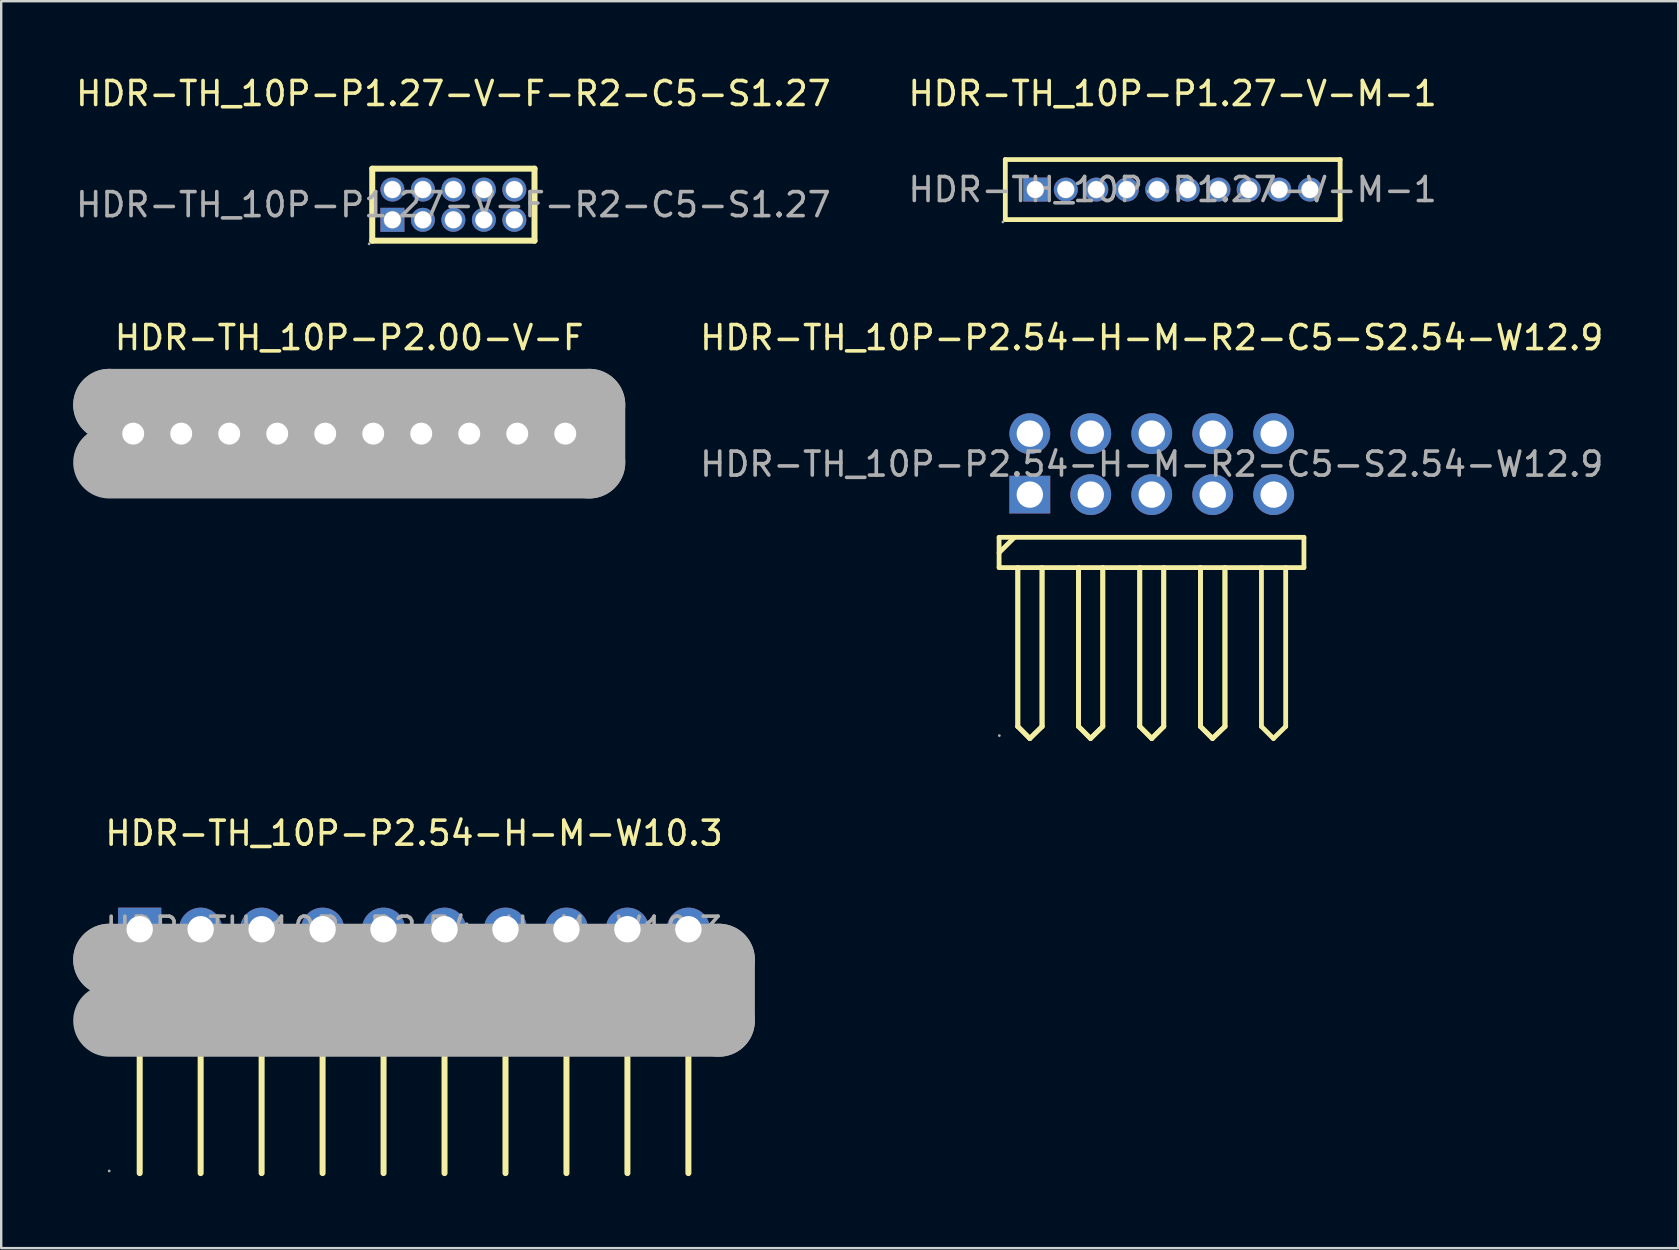
<source format=kicad_pcb>
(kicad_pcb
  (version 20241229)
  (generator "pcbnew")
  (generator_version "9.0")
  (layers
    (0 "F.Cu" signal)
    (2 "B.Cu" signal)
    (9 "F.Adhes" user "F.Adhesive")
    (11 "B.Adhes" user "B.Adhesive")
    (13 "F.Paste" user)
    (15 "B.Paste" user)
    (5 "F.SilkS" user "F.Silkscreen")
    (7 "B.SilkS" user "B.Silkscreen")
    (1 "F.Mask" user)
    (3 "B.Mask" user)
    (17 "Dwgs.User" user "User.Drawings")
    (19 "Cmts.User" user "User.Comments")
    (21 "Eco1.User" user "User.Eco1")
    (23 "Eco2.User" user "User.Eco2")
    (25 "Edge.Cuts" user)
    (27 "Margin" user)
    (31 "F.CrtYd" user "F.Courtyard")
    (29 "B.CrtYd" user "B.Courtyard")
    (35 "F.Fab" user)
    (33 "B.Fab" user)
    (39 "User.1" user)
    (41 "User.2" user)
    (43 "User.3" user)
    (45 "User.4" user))
  (footprint "HDR-TH_10P-P1.27-V-F-R2-C5-S1.27"
    (layer "F.Cu")
    (at 15.839 5.478)
    (property "Reference" "HDR-TH_10P-P1.27-V-F-R2-C5-S1.27" (at 0 -4.63 0) (layer "F.SilkS") (effects (font (size 1 1) (thickness 0.15))))
    (attr through_hole)
    (fp_line (start -3.38 -1.5) (end -3.38 1.5) (stroke (width 0.25) (type solid)) (layer "F.SilkS"))
    (fp_line (start -3.38 -1.5) (end 3.38 -1.5) (stroke (width 0.25) (type solid)) (layer "F.SilkS"))
    (fp_line (start -3.38 1.5) (end 3.38 1.5) (stroke (width 0.25) (type solid)) (layer "F.SilkS"))
    (fp_line (start 3.38 -1.5) (end 3.38 1.5) (stroke (width 0.25) (type solid)) (layer "F.SilkS"))
    (fp_circle (center -3.51 1.63) (end -3.48 1.63) (stroke (width 0.06) (type solid)) (fill no) (layer "F.Fab"))
    (fp_circle (center -2.54 -0.63) (end -2.42 -0.63) (stroke (width 0.25) (type solid)) (fill no) (layer "F.Fab"))
    (fp_circle (center -2.54 0.63) (end -2.42 0.63) (stroke (width 0.25) (type solid)) (fill no) (layer "F.Fab"))
    (fp_circle (center -1.27 -0.63) (end -1.15 -0.63) (stroke (width 0.25) (type solid)) (fill no) (layer "F.Fab"))
    (fp_circle (center -1.27 0.63) (end -1.15 0.63) (stroke (width 0.25) (type solid)) (fill no) (layer "F.Fab"))
    (fp_circle (center 0 -0.63) (end 0.12 -0.63) (stroke (width 0.25) (type solid)) (fill no) (layer "F.Fab"))
    (fp_circle (center 0 0.63) (end 0.12 0.63) (stroke (width 0.25) (type solid)) (fill no) (layer "F.Fab"))
    (fp_circle (center 1.27 -0.63) (end 1.39 -0.63) (stroke (width 0.25) (type solid)) (fill no) (layer "F.Fab"))
    (fp_circle (center 1.27 0.63) (end 1.39 0.63) (stroke (width 0.25) (type solid)) (fill no) (layer "F.Fab"))
    (fp_circle (center 2.54 -0.63) (end 2.66 -0.63) (stroke (width 0.25) (type solid)) (fill no) (layer "F.Fab"))
    (fp_circle (center 2.54 0.63) (end 2.66 0.63) (stroke (width 0.25) (type solid)) (fill no) (layer "F.Fab"))
    (fp_text user "${REFERENCE}" (at 0 0 0) (layer "F.Fab") (effects (font (size 1 1) (thickness 0.15))))
    (pad "1" thru_hole rect (at -2.54 0.63) (size 1 1) (drill 0.7) (layers "*.Cu" "*.Paste" "*.Mask"))
    (pad "2" thru_hole circle (at -2.54 -0.63) (size 1 1) (drill 0.7) (layers "*.Cu" "*.Paste" "*.Mask"))
    (pad "3" thru_hole circle (at -1.27 0.63) (size 1 1) (drill 0.7) (layers "*.Cu" "*.Paste" "*.Mask"))
    (pad "4" thru_hole circle (at -1.27 -0.63) (size 1 1) (drill 0.7) (layers "*.Cu" "*.Paste" "*.Mask"))
    (pad "5" thru_hole circle (at 0 0.63) (size 1 1) (drill 0.7) (layers "*.Cu" "*.Paste" "*.Mask"))
    (pad "6" thru_hole circle (at 0 -0.63) (size 1 1) (drill 0.7) (layers "*.Cu" "*.Paste" "*.Mask"))
    (pad "7" thru_hole circle (at 1.27 0.63) (size 1 1) (drill 0.7) (layers "*.Cu" "*.Paste" "*.Mask"))
    (pad "8" thru_hole circle (at 1.27 -0.63) (size 1 1) (drill 0.7) (layers "*.Cu" "*.Paste" "*.Mask"))
    (pad "9" thru_hole circle (at 2.54 0.63) (size 1 1) (drill 0.7) (layers "*.Cu" "*.Paste" "*.Mask"))
    (pad "10" thru_hole circle (at 2.54 -0.63) (size 1 1) (drill 0.7) (layers "*.Cu" "*.Paste" "*.Mask")))
  (footprint "HDR-TH_10P-P1.27-V-M-1"
    (layer "F.Cu")
    (at 45.804 4.848)
    (property "Reference" "HDR-TH_10P-P1.27-V-M-1" (at 0 -4 0) (layer "F.SilkS") (effects (font (size 1 1) (thickness 0.15))))
    (attr through_hole)
    (fp_line (start -6.97 -1.25) (end -6.97 1.25) (stroke (width 0.2) (type solid)) (layer "F.SilkS"))
    (fp_line (start -6.96 1.25) (end 6.98 1.25) (stroke (width 0.2) (type solid)) (layer "F.SilkS"))
    (fp_line (start 6.98 -1.25) (end -6.97 -1.25) (stroke (width 0.2) (type solid)) (layer "F.SilkS"))
    (fp_line (start 6.98 1.25) (end 6.98 -1.25) (stroke (width 0.2) (type solid)) (layer "F.SilkS"))
    (fp_circle (center -7.07 1.35) (end -7.04 1.35) (stroke (width 0.06) (type solid)) (fill no) (layer "F.Fab"))
    (fp_circle (center -5.72 0) (end -5.6 0) (stroke (width 0.25) (type solid)) (fill no) (layer "F.Fab"))
    (fp_circle (center -4.45 0) (end -4.33 0) (stroke (width 0.25) (type solid)) (fill no) (layer "F.Fab"))
    (fp_circle (center -3.18 0) (end -3.06 0) (stroke (width 0.25) (type solid)) (fill no) (layer "F.Fab"))
    (fp_circle (center -1.91 0) (end -1.79 0) (stroke (width 0.25) (type solid)) (fill no) (layer "F.Fab"))
    (fp_circle (center -0.64 0) (end -0.52 0) (stroke (width 0.25) (type solid)) (fill no) (layer "F.Fab"))
    (fp_circle (center 0.63 0) (end 0.75 0) (stroke (width 0.25) (type solid)) (fill no) (layer "F.Fab"))
    (fp_circle (center 1.91 0) (end 2.03 0) (stroke (width 0.25) (type solid)) (fill no) (layer "F.Fab"))
    (fp_circle (center 3.17 0) (end 3.29 0) (stroke (width 0.25) (type solid)) (fill no) (layer "F.Fab"))
    (fp_circle (center 4.44 0) (end 4.56 0) (stroke (width 0.25) (type solid)) (fill no) (layer "F.Fab"))
    (fp_circle (center 5.72 0) (end 5.84 0) (stroke (width 0.25) (type solid)) (fill no) (layer "F.Fab"))
    (fp_text user "${REFERENCE}" (at 0 0 0) (layer "F.Fab") (effects (font (size 1 1) (thickness 0.15))))
    (pad "1" thru_hole rect (at -5.72 0) (size 1 1) (drill 0.7) (layers "*.Cu" "*.Paste" "*.Mask"))
    (pad "2" thru_hole circle (at -4.45 0) (size 1 1) (drill 0.7) (layers "*.Cu" "*.Paste" "*.Mask"))
    (pad "3" thru_hole circle (at -3.18 0) (size 1 1) (drill 0.7) (layers "*.Cu" "*.Paste" "*.Mask"))
    (pad "4" thru_hole circle (at -1.91 0) (size 1 1) (drill 0.7) (layers "*.Cu" "*.Paste" "*.Mask"))
    (pad "5" thru_hole circle (at -0.64 0) (size 1 1) (drill 0.7) (layers "*.Cu" "*.Paste" "*.Mask"))
    (pad "6" thru_hole circle (at 0.63 0) (size 1 1) (drill 0.7) (layers "*.Cu" "*.Paste" "*.Mask"))
    (pad "7" thru_hole circle (at 1.91 0) (size 1 1) (drill 0.7) (layers "*.Cu" "*.Paste" "*.Mask"))
    (pad "8" thru_hole circle (at 3.17 0) (size 1 1) (drill 0.7) (layers "*.Cu" "*.Paste" "*.Mask"))
    (pad "9" thru_hole circle (at 4.44 0) (size 1 1) (drill 0.7) (layers "*.Cu" "*.Paste" "*.Mask"))
    (pad "10" thru_hole circle (at 5.72 0) (size 1 1) (drill 0.7) (layers "*.Cu" "*.Paste" "*.Mask")))
  (footprint "HDR-TH_10P-P2.00-V-F"
    (layer "F.Cu")
    (at 11.5 15.017)
    (property "Reference" "HDR-TH_10P-P2.00-V-F" (at 0 -4 0) (layer "F.SilkS") (effects (font (size 1 1) (thickness 0.15))))
    (attr through_hole)
    (fp_line (start -8 -1.14) (end -8 1.14) (stroke (width 0.25) (type solid)) (layer "F.SilkS"))
    (fp_line (start -10 -1.2) (end -10 -1.2) (stroke (width 3) (type solid)) (layer "F.Fab"))
    (fp_line (start -10 -1.2) (end 10 -1.2) (stroke (width 3) (type solid)) (layer "F.Fab"))
    (fp_line (start 10 -1.2) (end 10 1.2) (stroke (width 3) (type solid)) (layer "F.Fab"))
    (fp_line (start 10 1.2) (end -10 1.2) (stroke (width 3) (type solid)) (layer "F.Fab"))
    (fp_circle (center -10.13 1.33) (end -10.1 1.33) (stroke (width 0.06) (type solid)) (fill no) (layer "F.Fab"))
    (fp_circle (center -9 0) (end -8.82 0) (stroke (width 0.36) (type solid)) (fill no) (layer "F.Fab"))
    (fp_circle (center -7 0) (end -6.82 0) (stroke (width 0.36) (type solid)) (fill no) (layer "F.Fab"))
    (fp_circle (center -5 0) (end -4.82 0) (stroke (width 0.36) (type solid)) (fill no) (layer "F.Fab"))
    (fp_circle (center -3 0) (end -2.82 0) (stroke (width 0.36) (type solid)) (fill no) (layer "F.Fab"))
    (fp_circle (center -1 0) (end -0.82 0) (stroke (width 0.36) (type solid)) (fill no) (layer "F.Fab"))
    (fp_circle (center 1 0) (end 1.18 0) (stroke (width 0.36) (type solid)) (fill no) (layer "F.Fab"))
    (fp_circle (center 3 0) (end 3.18 0) (stroke (width 0.36) (type solid)) (fill no) (layer "F.Fab"))
    (fp_circle (center 5 0) (end 5.18 0) (stroke (width 0.36) (type solid)) (fill no) (layer "F.Fab"))
    (fp_circle (center 7 0) (end 7.18 0) (stroke (width 0.36) (type solid)) (fill no) (layer "F.Fab"))
    (fp_circle (center 9 0) (end 9.18 0) (stroke (width 0.36) (type solid)) (fill no) (layer "F.Fab"))
    (fp_text user "${REFERENCE}" (at 0 0 0) (layer "F.Fab") (effects (font (size 1 1) (thickness 0.15))))
    (pad "1" thru_hole circle (at -9 0) (size 1.52 1.52) (drill 0.914) (layers "*.Cu" "*.Paste" "*.Mask"))
    (pad "2" thru_hole circle (at -7 0) (size 1.52 1.52) (drill 0.914) (layers "*.Cu" "*.Paste" "*.Mask"))
    (pad "3" thru_hole circle (at -5 0) (size 1.52 1.52) (drill 0.914) (layers "*.Cu" "*.Paste" "*.Mask"))
    (pad "4" thru_hole circle (at -3 0) (size 1.52 1.52) (drill 0.914) (layers "*.Cu" "*.Paste" "*.Mask"))
    (pad "5" thru_hole circle (at -1 0) (size 1.52 1.52) (drill 0.914) (layers "*.Cu" "*.Paste" "*.Mask"))
    (pad "6" thru_hole circle (at 1 0) (size 1.52 1.52) (drill 0.914) (layers "*.Cu" "*.Paste" "*.Mask"))
    (pad "7" thru_hole circle (at 3 0) (size 1.52 1.52) (drill 0.914) (layers "*.Cu" "*.Paste" "*.Mask"))
    (pad "8" thru_hole circle (at 5 0) (size 1.52 1.52) (drill 0.914) (layers "*.Cu" "*.Paste" "*.Mask"))
    (pad "9" thru_hole circle (at 7 0) (size 1.52 1.52) (drill 0.914) (layers "*.Cu" "*.Paste" "*.Mask"))
    (pad "10" thru_hole circle (at 9 0) (size 1.52 1.52) (drill 0.914) (layers "*.Cu" "*.Paste" "*.Mask")))
  (footprint "HDR-TH_10P-P2.54-H-M-R2-C5-S2.54-W12.9"
    (layer "F.Cu")
    (at 44.935 16.287)
    (property "Reference" "HDR-TH_10P-P2.54-H-M-R2-C5-S2.54-W12.9" (at 0 -5.27 0) (layer "F.SilkS") (effects (font (size 1 1) (thickness 0.15))))
    (attr through_hole)
    (fp_line (start -6.36 3.05) (end 6.34 3.05) (stroke (width 0.2) (type solid)) (layer "F.SilkS"))
    (fp_line (start -6.36 3.69) (end -5.72 3.05) (stroke (width 0.2) (type solid)) (layer "F.SilkS"))
    (fp_line (start -6.36 4.31) (end -6.36 3.05) (stroke (width 0.2) (type solid)) (layer "F.SilkS"))
    (fp_line (start -5.58 10.93) (end -5.58 4.31) (stroke (width 0.2) (type solid)) (layer "F.SilkS"))
    (fp_line (start -5.58 10.93) (end -5.58 4.31) (stroke (width 0.2) (type solid)) (layer "F.SilkS"))
    (fp_line (start -5.08 11.43) (end -5.58 10.93) (stroke (width 0.2) (type solid)) (layer "F.SilkS"))
    (fp_line (start -5.08 11.43) (end -5.58 10.93) (stroke (width 0.2) (type solid)) (layer "F.SilkS"))
    (fp_line (start -4.57 4.31) (end -4.57 10.93) (stroke (width 0.2) (type solid)) (layer "F.SilkS"))
    (fp_line (start -4.57 4.31) (end -4.57 10.93) (stroke (width 0.2) (type solid)) (layer "F.SilkS"))
    (fp_line (start -4.57 10.93) (end -5.08 11.43) (stroke (width 0.2) (type solid)) (layer "F.SilkS"))
    (fp_line (start -4.57 10.93) (end -5.08 11.43) (stroke (width 0.2) (type solid)) (layer "F.SilkS"))
    (fp_line (start -3.05 10.93) (end -3.05 4.31) (stroke (width 0.2) (type solid)) (layer "F.SilkS"))
    (fp_line (start -3.05 10.93) (end -3.05 4.31) (stroke (width 0.2) (type solid)) (layer "F.SilkS"))
    (fp_line (start -2.55 11.43) (end -3.05 10.93) (stroke (width 0.2) (type solid)) (layer "F.SilkS"))
    (fp_line (start -2.55 11.43) (end -3.05 10.93) (stroke (width 0.2) (type solid)) (layer "F.SilkS"))
    (fp_line (start -2.04 4.31) (end -2.04 10.93) (stroke (width 0.2) (type solid)) (layer "F.SilkS"))
    (fp_line (start -2.04 4.31) (end -2.04 10.93) (stroke (width 0.2) (type solid)) (layer "F.SilkS"))
    (fp_line (start -2.04 10.93) (end -2.55 11.43) (stroke (width 0.2) (type solid)) (layer "F.SilkS"))
    (fp_line (start -2.04 10.93) (end -2.55 11.43) (stroke (width 0.2) (type solid)) (layer "F.SilkS"))
    (fp_line (start -0.5 10.93) (end -0.5 4.31) (stroke (width 0.2) (type solid)) (layer "F.SilkS"))
    (fp_line (start -0.5 10.93) (end -0.5 4.31) (stroke (width 0.2) (type solid)) (layer "F.SilkS"))
    (fp_line (start 0 11.43) (end -0.5 10.93) (stroke (width 0.2) (type solid)) (layer "F.SilkS"))
    (fp_line (start 0 11.43) (end -0.5 10.93) (stroke (width 0.2) (type solid)) (layer "F.SilkS"))
    (fp_line (start 0.5 4.31) (end 0.5 10.93) (stroke (width 0.2) (type solid)) (layer "F.SilkS"))
    (fp_line (start 0.5 4.31) (end 0.5 10.93) (stroke (width 0.2) (type solid)) (layer "F.SilkS"))
    (fp_line (start 0.5 10.93) (end 0 11.43) (stroke (width 0.2) (type solid)) (layer "F.SilkS"))
    (fp_line (start 0.5 10.93) (end 0 11.43) (stroke (width 0.2) (type solid)) (layer "F.SilkS"))
    (fp_line (start 2.03 10.93) (end 2.03 4.31) (stroke (width 0.2) (type solid)) (layer "F.SilkS"))
    (fp_line (start 2.03 10.93) (end 2.03 4.31) (stroke (width 0.2) (type solid)) (layer "F.SilkS"))
    (fp_line (start 2.53 11.43) (end 2.03 10.93) (stroke (width 0.2) (type solid)) (layer "F.SilkS"))
    (fp_line (start 2.53 11.43) (end 2.03 10.93) (stroke (width 0.2) (type solid)) (layer "F.SilkS"))
    (fp_line (start 3.05 4.31) (end 3.05 10.93) (stroke (width 0.2) (type solid)) (layer "F.SilkS"))
    (fp_line (start 3.05 4.31) (end 3.05 10.93) (stroke (width 0.2) (type solid)) (layer "F.SilkS"))
    (fp_line (start 3.05 10.93) (end 2.53 11.43) (stroke (width 0.2) (type solid)) (layer "F.SilkS"))
    (fp_line (start 3.05 10.93) (end 2.53 11.43) (stroke (width 0.2) (type solid)) (layer "F.SilkS"))
    (fp_line (start 4.57 10.93) (end 4.57 4.31) (stroke (width 0.2) (type solid)) (layer "F.SilkS"))
    (fp_line (start 5.07 11.43) (end 4.57 10.93) (stroke (width 0.2) (type solid)) (layer "F.SilkS"))
    (fp_line (start 5.58 4.31) (end 5.58 10.93) (stroke (width 0.2) (type solid)) (layer "F.SilkS"))
    (fp_line (start 5.58 10.93) (end 5.07 11.43) (stroke (width 0.2) (type solid)) (layer "F.SilkS"))
    (fp_line (start 6.34 3.05) (end 6.34 4.31) (stroke (width 0.2) (type solid)) (layer "F.SilkS"))
    (fp_line (start 6.34 4.31) (end -6.36 4.31) (stroke (width 0.2) (type solid)) (layer "F.SilkS"))
    (fp_circle (center -6.35 11.31) (end -6.32 11.31) (stroke (width 0.06) (type solid)) (fill no) (layer "F.Fab"))
    (fp_text user "${REFERENCE}" (at 0 0 0) (layer "F.Fab") (effects (font (size 1 1) (thickness 0.15))))
    (pad "1" thru_hole rect (at -5.08 1.27) (size 1.7 1.57) (drill 1.1) (layers "*.Cu" "*.Paste" "*.Mask"))
    (pad "2" thru_hole circle (at -5.08 -1.27) (size 1.7 1.7) (drill 1.1) (layers "*.Cu" "*.Paste" "*.Mask"))
    (pad "3" thru_hole circle (at -2.54 1.27) (size 1.7 1.7) (drill 1.1) (layers "*.Cu" "*.Paste" "*.Mask"))
    (pad "4" thru_hole circle (at -2.54 -1.27) (size 1.7 1.7) (drill 1.1) (layers "*.Cu" "*.Paste" "*.Mask"))
    (pad "5" thru_hole circle (at 0 1.27) (size 1.7 1.7) (drill 1.1) (layers "*.Cu" "*.Paste" "*.Mask"))
    (pad "6" thru_hole circle (at 0 -1.27) (size 1.7 1.7) (drill 1.1) (layers "*.Cu" "*.Paste" "*.Mask"))
    (pad "7" thru_hole circle (at 2.54 1.27) (size 1.7 1.7) (drill 1.1) (layers "*.Cu" "*.Paste" "*.Mask"))
    (pad "8" thru_hole circle (at 2.54 -1.27) (size 1.7 1.7) (drill 1.1) (layers "*.Cu" "*.Paste" "*.Mask"))
    (pad "9" thru_hole circle (at 5.08 1.27) (size 1.7 1.7) (drill 1.1) (layers "*.Cu" "*.Paste" "*.Mask"))
    (pad "10" thru_hole circle (at 5.08 -1.27) (size 1.7 1.7) (drill 1.1) (layers "*.Cu" "*.Paste" "*.Mask")))
  (footprint "HDR-TH_10P-P2.54-H-M-W10.3"
    (layer "F.Cu")
    (at 14.2 35.665)
    (property "Reference" "HDR-TH_10P-P2.54-H-M-W10.3" (at 0 -4 0) (layer "F.SilkS") (effects (font (size 1 1) (thickness 0.15))))
    (attr through_hole)
    (fp_line (start -11.43 3.81) (end -11.43 10.16) (stroke (width 0.25) (type solid)) (layer "F.SilkS"))
    (fp_line (start -8.89 3.81) (end -8.89 10.16) (stroke (width 0.25) (type solid)) (layer "F.SilkS"))
    (fp_line (start -6.35 3.81) (end -6.35 10.16) (stroke (width 0.25) (type solid)) (layer "F.SilkS"))
    (fp_line (start -3.81 3.81) (end -3.81 10.16) (stroke (width 0.25) (type solid)) (layer "F.SilkS"))
    (fp_line (start -1.27 3.81) (end -1.27 10.16) (stroke (width 0.25) (type solid)) (layer "F.SilkS"))
    (fp_line (start 1.27 3.81) (end 1.27 10.16) (stroke (width 0.25) (type solid)) (layer "F.SilkS"))
    (fp_line (start 3.81 3.81) (end 3.81 10.16) (stroke (width 0.25) (type solid)) (layer "F.SilkS"))
    (fp_line (start 6.35 3.81) (end 6.35 10.16) (stroke (width 0.25) (type solid)) (layer "F.SilkS"))
    (fp_line (start 8.89 3.81) (end 8.89 10.16) (stroke (width 0.25) (type solid)) (layer "F.SilkS"))
    (fp_line (start 11.43 3.81) (end 11.43 10.16) (stroke (width 0.25) (type solid)) (layer "F.SilkS"))
    (fp_line (start -12.7 1.27) (end -12.7 1.27) (stroke (width 3) (type solid)) (layer "F.Fab"))
    (fp_line (start -12.7 1.27) (end 12.7 1.27) (stroke (width 3) (type solid)) (layer "F.Fab"))
    (fp_line (start 12.7 1.27) (end 12.7 3.81) (stroke (width 3) (type solid)) (layer "F.Fab"))
    (fp_line (start 12.7 3.81) (end -12.7 3.81) (stroke (width 3) (type solid)) (layer "F.Fab"))
    (fp_circle (center -12.7 10.07) (end -12.67 10.07) (stroke (width 0.06) (type solid)) (fill no) (layer "F.Fab"))
    (fp_text user "${REFERENCE}" (at 0 0 0) (layer "F.Fab") (effects (font (size 1 1) (thickness 0.15))))
    (pad "1" thru_hole rect (at -11.43 0) (size 1.8 1.8) (drill 1.1) (layers "*.Cu" "*.Paste" "*.Mask"))
    (pad "2" thru_hole circle (at -8.89 0) (size 1.8 1.8) (drill 1.1) (layers "*.Cu" "*.Paste" "*.Mask"))
    (pad "3" thru_hole circle (at -6.35 0) (size 1.8 1.8) (drill 1.1) (layers "*.Cu" "*.Paste" "*.Mask"))
    (pad "4" thru_hole circle (at -3.81 0) (size 1.8 1.8) (drill 1.1) (layers "*.Cu" "*.Paste" "*.Mask"))
    (pad "5" thru_hole circle (at -1.27 0) (size 1.8 1.8) (drill 1.1) (layers "*.Cu" "*.Paste" "*.Mask"))
    (pad "6" thru_hole circle (at 1.27 0) (size 1.8 1.8) (drill 1.1) (layers "*.Cu" "*.Paste" "*.Mask"))
    (pad "7" thru_hole circle (at 3.81 0) (size 1.8 1.8) (drill 1.1) (layers "*.Cu" "*.Paste" "*.Mask"))
    (pad "8" thru_hole circle (at 6.35 0) (size 1.8 1.8) (drill 1.1) (layers "*.Cu" "*.Paste" "*.Mask"))
    (pad "9" thru_hole circle (at 8.89 0) (size 1.8 1.8) (drill 1.1) (layers "*.Cu" "*.Paste" "*.Mask"))
    (pad "10" thru_hole circle (at 11.43 0) (size 1.8 1.8) (drill 1.1) (layers "*.Cu" "*.Paste" "*.Mask")))
  (gr_rect
    (start -3 -3)
    (end 66.869 48.95)
    (stroke (width 0.1) (type default))
    (fill no)
    (layer "Edge.Cuts")))
</source>
